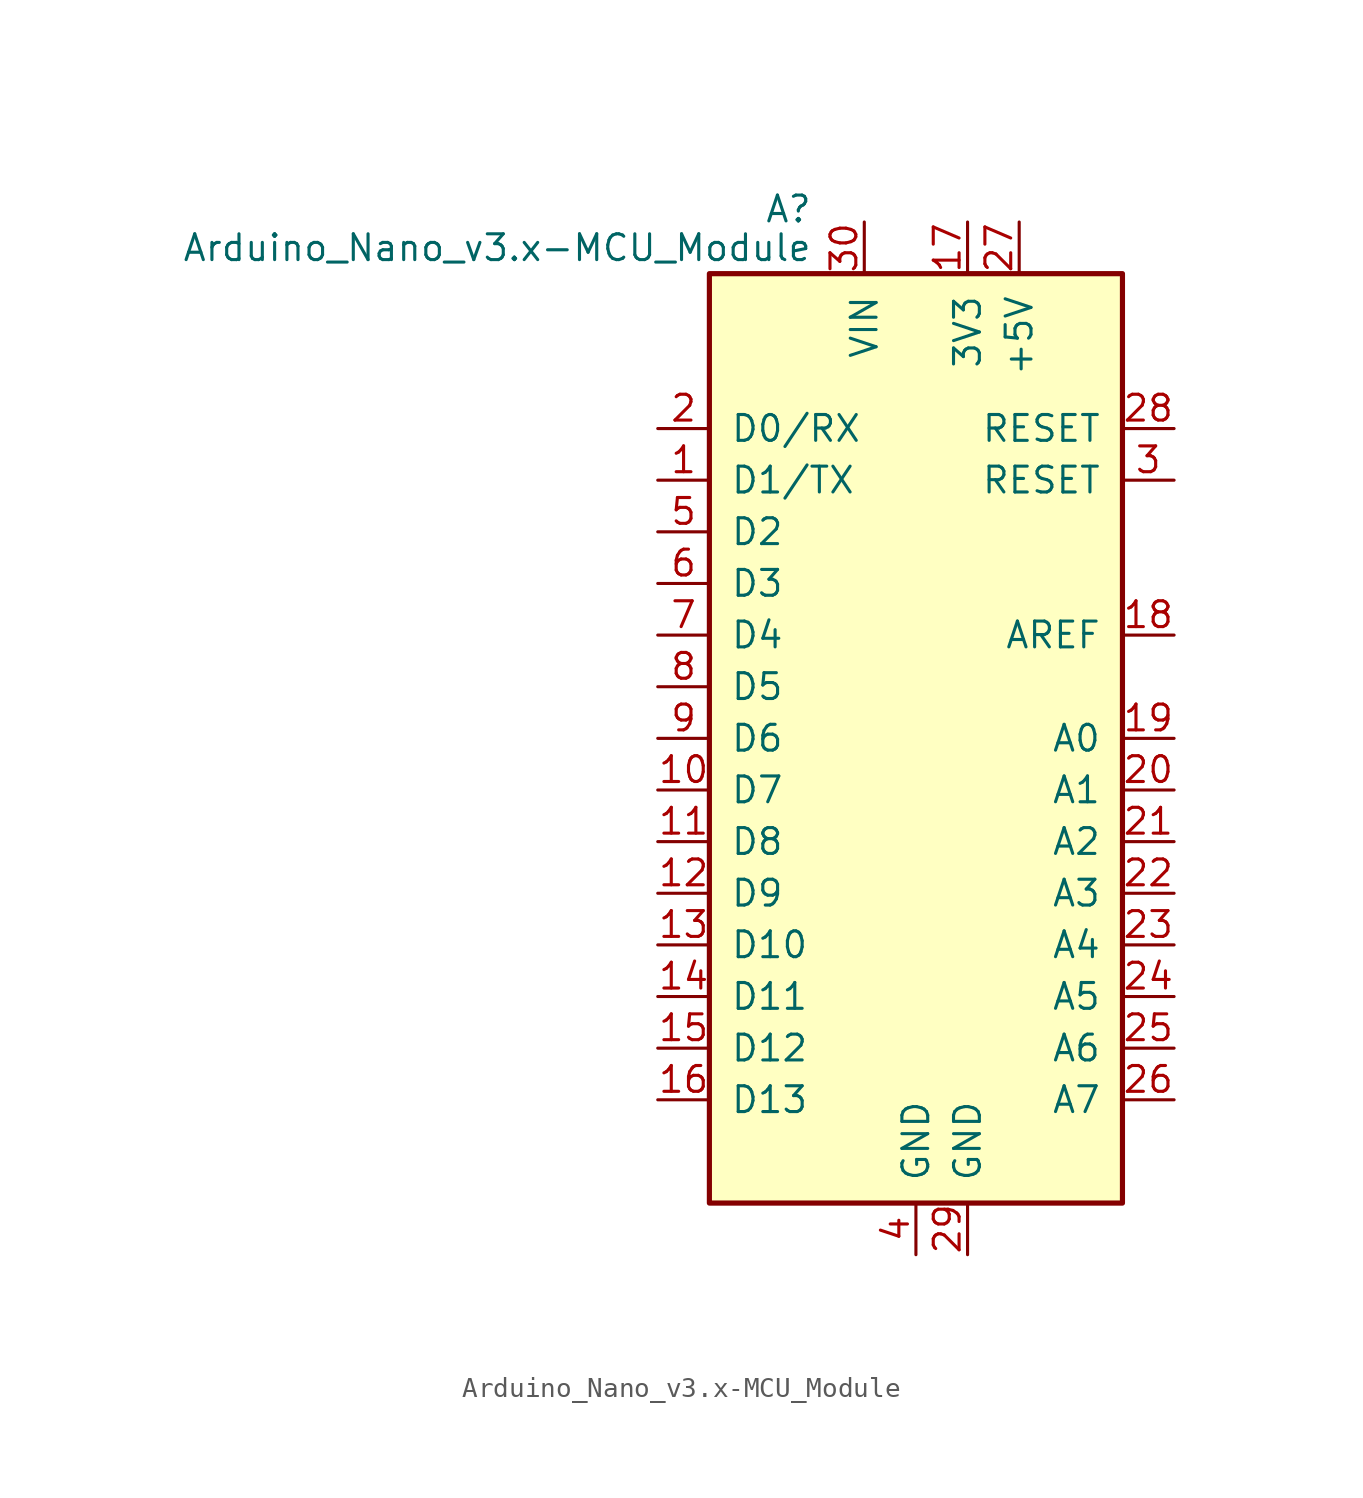
<source format=kicad_sym>
(kicad_symbol_lib
  (version 20231120)
  (generator "kicad_symbol_editor")
  (generator_version "8.0")
  (symbol "Arduino_Nano_v3.x-MCU_Module"
    (pin_names
      (offset 1.016))
    (property "Reference" "A"
      (at -5.08 26.035 0)
      (effects (font (size 1.27 1.27)) (justify right)))
    (property "Value" "Arduino_Nano_v3.x-MCU_Module"
      (at -5.08 24.13 0)
      (effects (font (size 1.27 1.27)) (justify right)))
    (symbol "Arduino_Nano_v3.x-MCU_Module_0_1"
      (rectangle (start -10.16 22.86) (end 10.16 -22.86) (stroke (width 0.254) (type solid)) (fill (type background))))
    (symbol "Arduino_Nano_v3.x-MCU_Module_1_1"
      (pin bidirectional line (at -12.7 12.7 0) (length 2.54) (name "D1/TX" (effects (font (size 1.27 1.27)))) (number "1" (effects (font (size 1.27 1.27)))))
      (pin bidirectional line (at -12.7 -2.54 0) (length 2.54) (name "D7" (effects (font (size 1.27 1.27)))) (number "10" (effects (font (size 1.27 1.27)))))
      (pin bidirectional line (at -12.7 -5.08 0) (length 2.54) (name "D8" (effects (font (size 1.27 1.27)))) (number "11" (effects (font (size 1.27 1.27)))))
      (pin bidirectional line (at -12.7 -7.62 0) (length 2.54) (name "D9" (effects (font (size 1.27 1.27)))) (number "12" (effects (font (size 1.27 1.27)))))
      (pin bidirectional line (at -12.7 -10.16 0) (length 2.54) (name "D10" (effects (font (size 1.27 1.27)))) (number "13" (effects (font (size 1.27 1.27)))))
      (pin bidirectional line (at -12.7 -12.7 0) (length 2.54) (name "D11" (effects (font (size 1.27 1.27)))) (number "14" (effects (font (size 1.27 1.27)))))
      (pin bidirectional line (at -12.7 -15.24 0) (length 2.54) (name "D12" (effects (font (size 1.27 1.27)))) (number "15" (effects (font (size 1.27 1.27)))))
      (pin bidirectional line (at -12.7 -17.78 0) (length 2.54) (name "D13" (effects (font (size 1.27 1.27)))) (number "16" (effects (font (size 1.27 1.27)))))
      (pin power_out line (at 2.54 25.4 270) (length 2.54) (name "3V3" (effects (font (size 1.27 1.27)))) (number "17" (effects (font (size 1.27 1.27)))))
      (pin input line (at 12.7 5.08 180) (length 2.54) (name "AREF" (effects (font (size 1.27 1.27)))) (number "18" (effects (font (size 1.27 1.27)))))
      (pin bidirectional line (at 12.7 0 180) (length 2.54) (name "A0" (effects (font (size 1.27 1.27)))) (number "19" (effects (font (size 1.27 1.27)))))
      (pin bidirectional line (at -12.7 15.24 0) (length 2.54) (name "D0/RX" (effects (font (size 1.27 1.27)))) (number "2" (effects (font (size 1.27 1.27)))))
      (pin bidirectional line (at 12.7 -2.54 180) (length 2.54) (name "A1" (effects (font (size 1.27 1.27)))) (number "20" (effects (font (size 1.27 1.27)))))
      (pin bidirectional line (at 12.7 -5.08 180) (length 2.54) (name "A2" (effects (font (size 1.27 1.27)))) (number "21" (effects (font (size 1.27 1.27)))))
      (pin bidirectional line (at 12.7 -7.62 180) (length 2.54) (name "A3" (effects (font (size 1.27 1.27)))) (number "22" (effects (font (size 1.27 1.27)))))
      (pin bidirectional line (at 12.7 -10.16 180) (length 2.54) (name "A4" (effects (font (size 1.27 1.27)))) (number "23" (effects (font (size 1.27 1.27)))))
      (pin bidirectional line (at 12.7 -12.7 180) (length 2.54) (name "A5" (effects (font (size 1.27 1.27)))) (number "24" (effects (font (size 1.27 1.27)))))
      (pin bidirectional line (at 12.7 -15.24 180) (length 2.54) (name "A6" (effects (font (size 1.27 1.27)))) (number "25" (effects (font (size 1.27 1.27)))))
      (pin bidirectional line (at 12.7 -17.78 180) (length 2.54) (name "A7" (effects (font (size 1.27 1.27)))) (number "26" (effects (font (size 1.27 1.27)))))
      (pin power_out line (at 5.08 25.4 270) (length 2.54) (name "+5V" (effects (font (size 1.27 1.27)))) (number "27" (effects (font (size 1.27 1.27)))))
      (pin input line (at 12.7 15.24 180) (length 2.54) (name "RESET" (effects (font (size 1.27 1.27)))) (number "28" (effects (font (size 1.27 1.27)))))
      (pin power_in line (at 2.54 -25.4 90) (length 2.54) (name "GND" (effects (font (size 1.27 1.27)))) (number "29" (effects (font (size 1.27 1.27)))))
      (pin input line (at 12.7 12.7 180) (length 2.54) (name "RESET" (effects (font (size 1.27 1.27)))) (number "3" (effects (font (size 1.27 1.27)))))
      (pin power_in line (at -2.54 25.4 270) (length 2.54) (name "VIN" (effects (font (size 1.27 1.27)))) (number "30" (effects (font (size 1.27 1.27)))))
      (pin power_in line (at 0 -25.4 90) (length 2.54) (name "GND" (effects (font (size 1.27 1.27)))) (number "4" (effects (font (size 1.27 1.27)))))
      (pin bidirectional line (at -12.7 10.16 0) (length 2.54) (name "D2" (effects (font (size 1.27 1.27)))) (number "5" (effects (font (size 1.27 1.27)))))
      (pin bidirectional line (at -12.7 7.62 0) (length 2.54) (name "D3" (effects (font (size 1.27 1.27)))) (number "6" (effects (font (size 1.27 1.27)))))
      (pin bidirectional line (at -12.7 5.08 0) (length 2.54) (name "D4" (effects (font (size 1.27 1.27)))) (number "7" (effects (font (size 1.27 1.27)))))
      (pin bidirectional line (at -12.7 2.54 0) (length 2.54) (name "D5" (effects (font (size 1.27 1.27)))) (number "8" (effects (font (size 1.27 1.27)))))
      (pin bidirectional line (at -12.7 0 0) (length 2.54) (name "D6" (effects (font (size 1.27 1.27)))) (number "9" (effects (font (size 1.27 1.27))))))))
</source>
